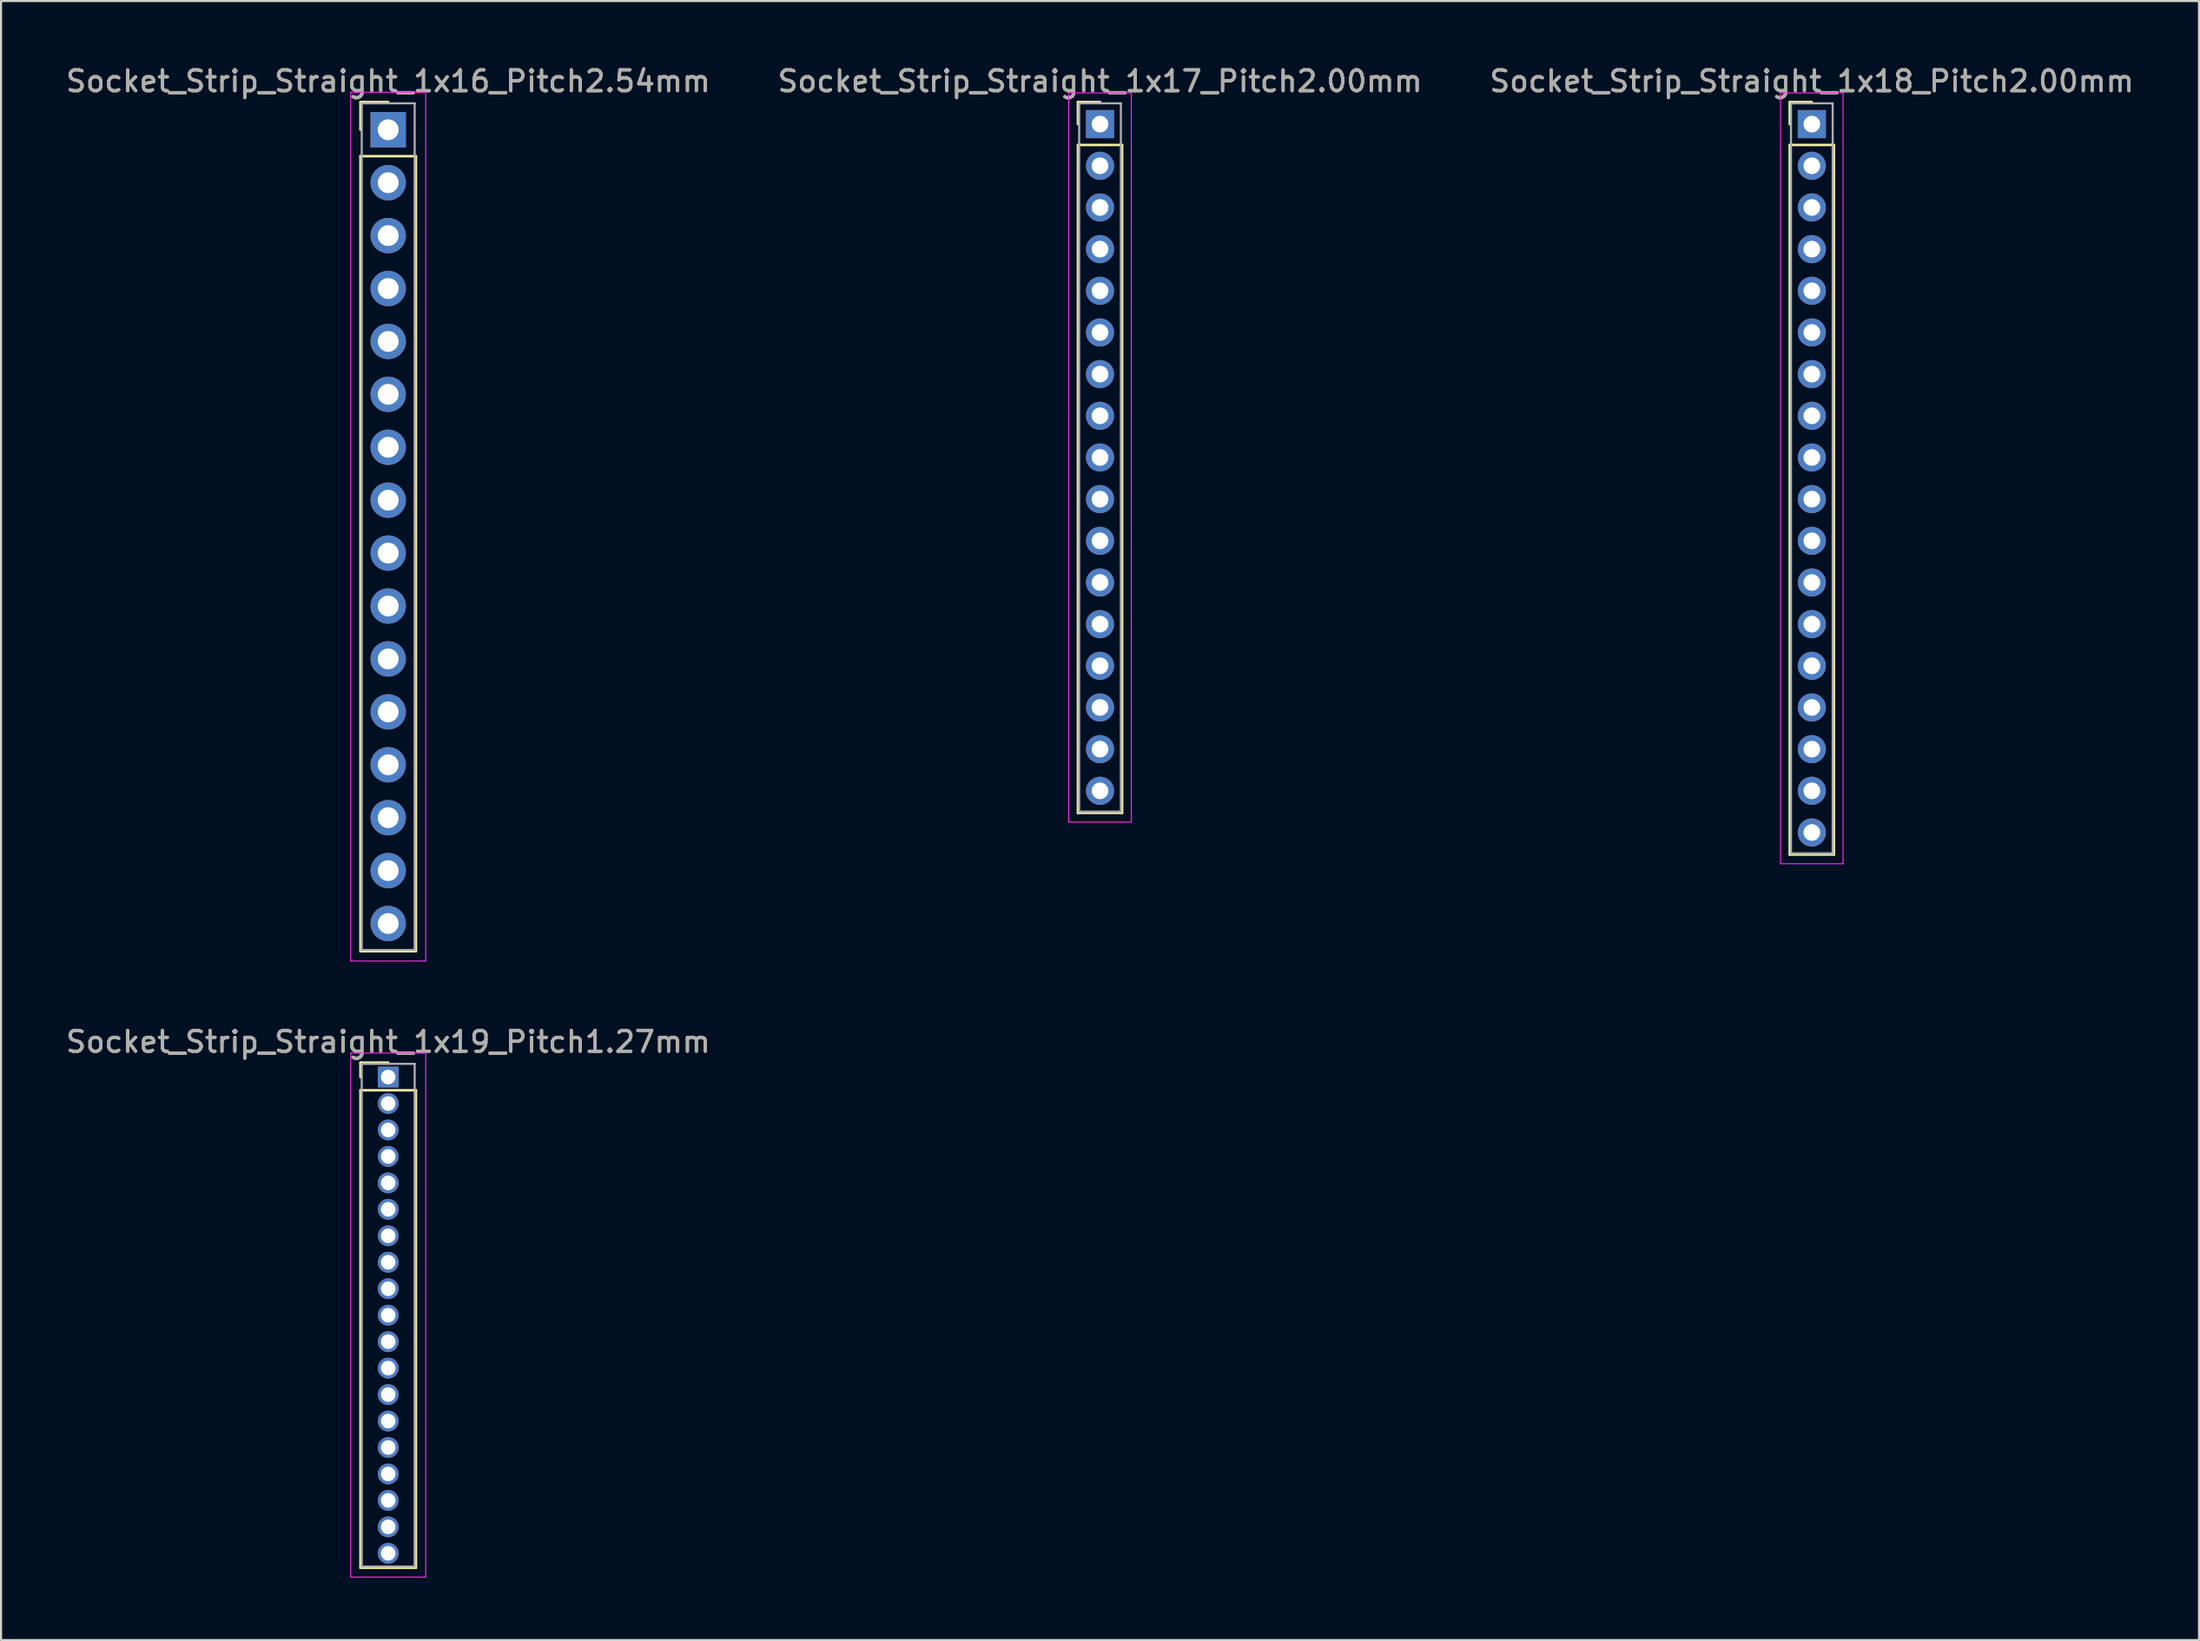
<source format=kicad_pcb>
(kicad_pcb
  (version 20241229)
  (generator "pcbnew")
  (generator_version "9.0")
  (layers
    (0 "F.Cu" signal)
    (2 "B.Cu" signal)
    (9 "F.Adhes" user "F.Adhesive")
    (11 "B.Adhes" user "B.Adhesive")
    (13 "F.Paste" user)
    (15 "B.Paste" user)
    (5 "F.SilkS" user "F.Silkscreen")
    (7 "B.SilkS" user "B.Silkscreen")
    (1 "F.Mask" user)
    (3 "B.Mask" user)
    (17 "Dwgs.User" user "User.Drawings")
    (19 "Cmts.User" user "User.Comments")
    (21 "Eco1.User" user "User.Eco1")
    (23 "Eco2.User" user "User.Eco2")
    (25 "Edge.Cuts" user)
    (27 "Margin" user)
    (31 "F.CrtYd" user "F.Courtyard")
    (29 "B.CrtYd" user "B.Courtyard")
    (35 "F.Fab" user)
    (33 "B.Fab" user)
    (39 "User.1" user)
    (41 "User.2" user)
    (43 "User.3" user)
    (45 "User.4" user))
  (footprint "Socket_Strip_Straight_1x17_Pitch2.00mm"
    (layer "F.Cu")
    (at 49.732 2.908)
    (property "Reference" "Socket_Strip_Straight_1x17_Pitch2.00mm" (at 0 -2.06 0) (layer "F.SilkS") (effects (font (size 1 1) (thickness 0.15))))
    (attr through_hole)
    (fp_line (start -1.06 -1.06) (end 0 -1.06) (stroke (width 0.12) (type solid)) (layer "F.SilkS"))
    (fp_line (start -1.06 0) (end -1.06 -1.06) (stroke (width 0.12) (type solid)) (layer "F.SilkS"))
    (fp_line (start -1.06 1) (end -1.06 33.06) (stroke (width 0.12) (type solid)) (layer "F.SilkS"))
    (fp_line (start -1.06 33.06) (end 1.06 33.06) (stroke (width 0.12) (type solid)) (layer "F.SilkS"))
    (fp_line (start 1.06 1) (end -1.06 1) (stroke (width 0.12) (type solid)) (layer "F.SilkS"))
    (fp_line (start 1.06 33.06) (end 1.06 1) (stroke (width 0.12) (type solid)) (layer "F.SilkS"))
    (fp_line (start -1.5 -1.5) (end -1.5 33.5) (stroke (width 0.05) (type solid)) (layer "F.CrtYd"))
    (fp_line (start -1.5 33.5) (end 1.5 33.5) (stroke (width 0.05) (type solid)) (layer "F.CrtYd"))
    (fp_line (start 1.5 -1.5) (end -1.5 -1.5) (stroke (width 0.05) (type solid)) (layer "F.CrtYd"))
    (fp_line (start 1.5 33.5) (end 1.5 -1.5) (stroke (width 0.05) (type solid)) (layer "F.CrtYd"))
    (fp_line (start -1 -1) (end -1 33) (stroke (width 0.1) (type solid)) (layer "F.Fab"))
    (fp_line (start -1 33) (end 1 33) (stroke (width 0.1) (type solid)) (layer "F.Fab"))
    (fp_line (start 1 -1) (end -1 -1) (stroke (width 0.1) (type solid)) (layer "F.Fab"))
    (fp_line (start 1 33) (end 1 -1) (stroke (width 0.1) (type solid)) (layer "F.Fab"))
    (fp_text user "${REFERENCE}" (at 0 -2.06 0) (layer "F.Fab") (effects (font (size 1 1) (thickness 0.15))))
    (pad "1" thru_hole rect (at 0 0) (size 1.35 1.35) (drill 0.8) (layers "*.Cu" "*.Mask"))
    (pad "2" thru_hole oval (at 0 2) (size 1.35 1.35) (drill 0.8) (layers "*.Cu" "*.Mask"))
    (pad "3" thru_hole oval (at 0 4) (size 1.35 1.35) (drill 0.8) (layers "*.Cu" "*.Mask"))
    (pad "4" thru_hole oval (at 0 6) (size 1.35 1.35) (drill 0.8) (layers "*.Cu" "*.Mask"))
    (pad "5" thru_hole oval (at 0 8) (size 1.35 1.35) (drill 0.8) (layers "*.Cu" "*.Mask"))
    (pad "6" thru_hole oval (at 0 10) (size 1.35 1.35) (drill 0.8) (layers "*.Cu" "*.Mask"))
    (pad "7" thru_hole oval (at 0 12) (size 1.35 1.35) (drill 0.8) (layers "*.Cu" "*.Mask"))
    (pad "8" thru_hole oval (at 0 14) (size 1.35 1.35) (drill 0.8) (layers "*.Cu" "*.Mask"))
    (pad "9" thru_hole oval (at 0 16) (size 1.35 1.35) (drill 0.8) (layers "*.Cu" "*.Mask"))
    (pad "10" thru_hole oval (at 0 18) (size 1.35 1.35) (drill 0.8) (layers "*.Cu" "*.Mask"))
    (pad "11" thru_hole oval (at 0 20) (size 1.35 1.35) (drill 0.8) (layers "*.Cu" "*.Mask"))
    (pad "12" thru_hole oval (at 0 22) (size 1.35 1.35) (drill 0.8) (layers "*.Cu" "*.Mask"))
    (pad "13" thru_hole oval (at 0 24) (size 1.35 1.35) (drill 0.8) (layers "*.Cu" "*.Mask"))
    (pad "14" thru_hole oval (at 0 26) (size 1.35 1.35) (drill 0.8) (layers "*.Cu" "*.Mask"))
    (pad "15" thru_hole oval (at 0 28) (size 1.35 1.35) (drill 0.8) (layers "*.Cu" "*.Mask"))
    (pad "16" thru_hole oval (at 0 30) (size 1.35 1.35) (drill 0.8) (layers "*.Cu" "*.Mask"))
    (pad "17" thru_hole oval (at 0 32) (size 1.35 1.35) (drill 0.8) (layers "*.Cu" "*.Mask")))
  (footprint "Socket_Strip_Straight_1x18_Pitch2.00mm"
    (layer "F.Cu")
    (at 83.887 2.908)
    (property "Reference" "Socket_Strip_Straight_1x18_Pitch2.00mm" (at 0 -2.06 0) (layer "F.SilkS") (effects (font (size 1 1) (thickness 0.15))))
    (attr through_hole)
    (fp_line (start -1.06 -1.06) (end 0 -1.06) (stroke (width 0.12) (type solid)) (layer "F.SilkS"))
    (fp_line (start -1.06 0) (end -1.06 -1.06) (stroke (width 0.12) (type solid)) (layer "F.SilkS"))
    (fp_line (start -1.06 1) (end -1.06 35.06) (stroke (width 0.12) (type solid)) (layer "F.SilkS"))
    (fp_line (start -1.06 35.06) (end 1.06 35.06) (stroke (width 0.12) (type solid)) (layer "F.SilkS"))
    (fp_line (start 1.06 1) (end -1.06 1) (stroke (width 0.12) (type solid)) (layer "F.SilkS"))
    (fp_line (start 1.06 35.06) (end 1.06 1) (stroke (width 0.12) (type solid)) (layer "F.SilkS"))
    (fp_line (start -1.5 -1.5) (end -1.5 35.5) (stroke (width 0.05) (type solid)) (layer "F.CrtYd"))
    (fp_line (start -1.5 35.5) (end 1.5 35.5) (stroke (width 0.05) (type solid)) (layer "F.CrtYd"))
    (fp_line (start 1.5 -1.5) (end -1.5 -1.5) (stroke (width 0.05) (type solid)) (layer "F.CrtYd"))
    (fp_line (start 1.5 35.5) (end 1.5 -1.5) (stroke (width 0.05) (type solid)) (layer "F.CrtYd"))
    (fp_line (start -1 -1) (end -1 35) (stroke (width 0.1) (type solid)) (layer "F.Fab"))
    (fp_line (start -1 35) (end 1 35) (stroke (width 0.1) (type solid)) (layer "F.Fab"))
    (fp_line (start 1 -1) (end -1 -1) (stroke (width 0.1) (type solid)) (layer "F.Fab"))
    (fp_line (start 1 35) (end 1 -1) (stroke (width 0.1) (type solid)) (layer "F.Fab"))
    (fp_text user "${REFERENCE}" (at 0 -2.06 0) (layer "F.Fab") (effects (font (size 1 1) (thickness 0.15))))
    (pad "1" thru_hole rect (at 0 0) (size 1.35 1.35) (drill 0.8) (layers "*.Cu" "*.Mask"))
    (pad "2" thru_hole oval (at 0 2) (size 1.35 1.35) (drill 0.8) (layers "*.Cu" "*.Mask"))
    (pad "3" thru_hole oval (at 0 4) (size 1.35 1.35) (drill 0.8) (layers "*.Cu" "*.Mask"))
    (pad "4" thru_hole oval (at 0 6) (size 1.35 1.35) (drill 0.8) (layers "*.Cu" "*.Mask"))
    (pad "5" thru_hole oval (at 0 8) (size 1.35 1.35) (drill 0.8) (layers "*.Cu" "*.Mask"))
    (pad "6" thru_hole oval (at 0 10) (size 1.35 1.35) (drill 0.8) (layers "*.Cu" "*.Mask"))
    (pad "7" thru_hole oval (at 0 12) (size 1.35 1.35) (drill 0.8) (layers "*.Cu" "*.Mask"))
    (pad "8" thru_hole oval (at 0 14) (size 1.35 1.35) (drill 0.8) (layers "*.Cu" "*.Mask"))
    (pad "9" thru_hole oval (at 0 16) (size 1.35 1.35) (drill 0.8) (layers "*.Cu" "*.Mask"))
    (pad "10" thru_hole oval (at 0 18) (size 1.35 1.35) (drill 0.8) (layers "*.Cu" "*.Mask"))
    (pad "11" thru_hole oval (at 0 20) (size 1.35 1.35) (drill 0.8) (layers "*.Cu" "*.Mask"))
    (pad "12" thru_hole oval (at 0 22) (size 1.35 1.35) (drill 0.8) (layers "*.Cu" "*.Mask"))
    (pad "13" thru_hole oval (at 0 24) (size 1.35 1.35) (drill 0.8) (layers "*.Cu" "*.Mask"))
    (pad "14" thru_hole oval (at 0 26) (size 1.35 1.35) (drill 0.8) (layers "*.Cu" "*.Mask"))
    (pad "15" thru_hole oval (at 0 28) (size 1.35 1.35) (drill 0.8) (layers "*.Cu" "*.Mask"))
    (pad "16" thru_hole oval (at 0 30) (size 1.35 1.35) (drill 0.8) (layers "*.Cu" "*.Mask"))
    (pad "17" thru_hole oval (at 0 32) (size 1.35 1.35) (drill 0.8) (layers "*.Cu" "*.Mask"))
    (pad "18" thru_hole oval (at 0 34) (size 1.35 1.35) (drill 0.8) (layers "*.Cu" "*.Mask")))
  (footprint "Socket_Strip_Straight_1x16_Pitch2.54mm"
    (layer "F.Cu")
    (at 15.577 3.178)
    (property "Reference" "Socket_Strip_Straight_1x16_Pitch2.54mm" (at 0 -2.33 0) (layer "F.SilkS") (effects (font (size 1 1) (thickness 0.15))))
    (attr through_hole)
    (fp_line (start -1.33 -1.33) (end 0 -1.33) (stroke (width 0.12) (type solid)) (layer "F.SilkS"))
    (fp_line (start -1.33 0) (end -1.33 -1.33) (stroke (width 0.12) (type solid)) (layer "F.SilkS"))
    (fp_line (start -1.33 1.27) (end -1.33 39.43) (stroke (width 0.12) (type solid)) (layer "F.SilkS"))
    (fp_line (start -1.33 39.43) (end 1.33 39.43) (stroke (width 0.12) (type solid)) (layer "F.SilkS"))
    (fp_line (start 1.33 1.27) (end -1.33 1.27) (stroke (width 0.12) (type solid)) (layer "F.SilkS"))
    (fp_line (start 1.33 39.43) (end 1.33 1.27) (stroke (width 0.12) (type solid)) (layer "F.SilkS"))
    (fp_line (start -1.8 -1.8) (end -1.8 39.9) (stroke (width 0.05) (type solid)) (layer "F.CrtYd"))
    (fp_line (start -1.8 39.9) (end 1.8 39.9) (stroke (width 0.05) (type solid)) (layer "F.CrtYd"))
    (fp_line (start 1.8 -1.8) (end -1.8 -1.8) (stroke (width 0.05) (type solid)) (layer "F.CrtYd"))
    (fp_line (start 1.8 39.9) (end 1.8 -1.8) (stroke (width 0.05) (type solid)) (layer "F.CrtYd"))
    (fp_line (start -1.27 -1.27) (end -1.27 39.37) (stroke (width 0.1) (type solid)) (layer "F.Fab"))
    (fp_line (start -1.27 39.37) (end 1.27 39.37) (stroke (width 0.1) (type solid)) (layer "F.Fab"))
    (fp_line (start 1.27 -1.27) (end -1.27 -1.27) (stroke (width 0.1) (type solid)) (layer "F.Fab"))
    (fp_line (start 1.27 39.37) (end 1.27 -1.27) (stroke (width 0.1) (type solid)) (layer "F.Fab"))
    (fp_text user "${REFERENCE}" (at 0 -2.33 0) (layer "F.Fab") (effects (font (size 1 1) (thickness 0.15))))
    (pad "1" thru_hole rect (at 0 0) (size 1.7 1.7) (drill 1) (layers "*.Cu" "*.Mask"))
    (pad "2" thru_hole oval (at 0 2.54) (size 1.7 1.7) (drill 1) (layers "*.Cu" "*.Mask"))
    (pad "3" thru_hole oval (at 0 5.08) (size 1.7 1.7) (drill 1) (layers "*.Cu" "*.Mask"))
    (pad "4" thru_hole oval (at 0 7.62) (size 1.7 1.7) (drill 1) (layers "*.Cu" "*.Mask"))
    (pad "5" thru_hole oval (at 0 10.16) (size 1.7 1.7) (drill 1) (layers "*.Cu" "*.Mask"))
    (pad "6" thru_hole oval (at 0 12.7) (size 1.7 1.7) (drill 1) (layers "*.Cu" "*.Mask"))
    (pad "7" thru_hole oval (at 0 15.24) (size 1.7 1.7) (drill 1) (layers "*.Cu" "*.Mask"))
    (pad "8" thru_hole oval (at 0 17.78) (size 1.7 1.7) (drill 1) (layers "*.Cu" "*.Mask"))
    (pad "9" thru_hole oval (at 0 20.32) (size 1.7 1.7) (drill 1) (layers "*.Cu" "*.Mask"))
    (pad "10" thru_hole oval (at 0 22.86) (size 1.7 1.7) (drill 1) (layers "*.Cu" "*.Mask"))
    (pad "11" thru_hole oval (at 0 25.4) (size 1.7 1.7) (drill 1) (layers "*.Cu" "*.Mask"))
    (pad "12" thru_hole oval (at 0 27.94) (size 1.7 1.7) (drill 1) (layers "*.Cu" "*.Mask"))
    (pad "13" thru_hole oval (at 0 30.48) (size 1.7 1.7) (drill 1) (layers "*.Cu" "*.Mask"))
    (pad "14" thru_hole oval (at 0 33.02) (size 1.7 1.7) (drill 1) (layers "*.Cu" "*.Mask"))
    (pad "15" thru_hole oval (at 0 35.56) (size 1.7 1.7) (drill 1) (layers "*.Cu" "*.Mask"))
    (pad "16" thru_hole oval (at 0 38.1) (size 1.7 1.7) (drill 1) (layers "*.Cu" "*.Mask")))
  (footprint "Socket_Strip_Straight_1x19_Pitch1.27mm"
    (layer "F.Cu")
    (at 15.577 48.647)
    (property "Reference" "Socket_Strip_Straight_1x19_Pitch1.27mm" (at 0 -1.695 0) (layer "F.SilkS") (effects (font (size 1 1) (thickness 0.15))))
    (attr through_hole)
    (fp_line (start -1.33 -0.695) (end 0 -0.695) (stroke (width 0.12) (type solid)) (layer "F.SilkS"))
    (fp_line (start -1.33 0) (end -1.33 -0.695) (stroke (width 0.12) (type solid)) (layer "F.SilkS"))
    (fp_line (start -1.33 0.635) (end -1.33 23.555) (stroke (width 0.12) (type solid)) (layer "F.SilkS"))
    (fp_line (start -1.33 23.555) (end 1.33 23.555) (stroke (width 0.12) (type solid)) (layer "F.SilkS"))
    (fp_line (start 1.33 0.635) (end -1.33 0.635) (stroke (width 0.12) (type solid)) (layer "F.SilkS"))
    (fp_line (start 1.33 23.555) (end 1.33 0.635) (stroke (width 0.12) (type solid)) (layer "F.SilkS"))
    (fp_line (start -1.8 -1.15) (end -1.8 24) (stroke (width 0.05) (type solid)) (layer "F.CrtYd"))
    (fp_line (start -1.8 24) (end 1.8 24) (stroke (width 0.05) (type solid)) (layer "F.CrtYd"))
    (fp_line (start 1.8 -1.15) (end -1.8 -1.15) (stroke (width 0.05) (type solid)) (layer "F.CrtYd"))
    (fp_line (start 1.8 24) (end 1.8 -1.15) (stroke (width 0.05) (type solid)) (layer "F.CrtYd"))
    (fp_line (start -1.27 -0.635) (end -1.27 23.495) (stroke (width 0.1) (type solid)) (layer "F.Fab"))
    (fp_line (start -1.27 23.495) (end 1.27 23.495) (stroke (width 0.1) (type solid)) (layer "F.Fab"))
    (fp_line (start 1.27 -0.635) (end -1.27 -0.635) (stroke (width 0.1) (type solid)) (layer "F.Fab"))
    (fp_line (start 1.27 23.495) (end 1.27 -0.635) (stroke (width 0.1) (type solid)) (layer "F.Fab"))
    (fp_text user "${REFERENCE}" (at 0 -1.695 0) (layer "F.Fab") (effects (font (size 1 1) (thickness 0.15))))
    (pad "1" thru_hole rect (at 0 0) (size 1 1) (drill 0.7) (layers "*.Cu" "*.Mask"))
    (pad "2" thru_hole oval (at 0 1.27) (size 1 1) (drill 0.7) (layers "*.Cu" "*.Mask"))
    (pad "3" thru_hole oval (at 0 2.54) (size 1 1) (drill 0.7) (layers "*.Cu" "*.Mask"))
    (pad "4" thru_hole oval (at 0 3.81) (size 1 1) (drill 0.7) (layers "*.Cu" "*.Mask"))
    (pad "5" thru_hole oval (at 0 5.08) (size 1 1) (drill 0.7) (layers "*.Cu" "*.Mask"))
    (pad "6" thru_hole oval (at 0 6.35) (size 1 1) (drill 0.7) (layers "*.Cu" "*.Mask"))
    (pad "7" thru_hole oval (at 0 7.62) (size 1 1) (drill 0.7) (layers "*.Cu" "*.Mask"))
    (pad "8" thru_hole oval (at 0 8.89) (size 1 1) (drill 0.7) (layers "*.Cu" "*.Mask"))
    (pad "9" thru_hole oval (at 0 10.16) (size 1 1) (drill 0.7) (layers "*.Cu" "*.Mask"))
    (pad "10" thru_hole oval (at 0 11.43) (size 1 1) (drill 0.7) (layers "*.Cu" "*.Mask"))
    (pad "11" thru_hole oval (at 0 12.7) (size 1 1) (drill 0.7) (layers "*.Cu" "*.Mask"))
    (pad "12" thru_hole oval (at 0 13.97) (size 1 1) (drill 0.7) (layers "*.Cu" "*.Mask"))
    (pad "13" thru_hole oval (at 0 15.24) (size 1 1) (drill 0.7) (layers "*.Cu" "*.Mask"))
    (pad "14" thru_hole oval (at 0 16.51) (size 1 1) (drill 0.7) (layers "*.Cu" "*.Mask"))
    (pad "15" thru_hole oval (at 0 17.78) (size 1 1) (drill 0.7) (layers "*.Cu" "*.Mask"))
    (pad "16" thru_hole oval (at 0 19.05) (size 1 1) (drill 0.7) (layers "*.Cu" "*.Mask"))
    (pad "17" thru_hole oval (at 0 20.32) (size 1 1) (drill 0.7) (layers "*.Cu" "*.Mask"))
    (pad "18" thru_hole oval (at 0 21.59) (size 1 1) (drill 0.7) (layers "*.Cu" "*.Mask"))
    (pad "19" thru_hole oval (at 0 22.86) (size 1 1) (drill 0.7) (layers "*.Cu" "*.Mask")))
  (gr_rect
    (start -3 -3)
    (end 102.464 75.671)
    (stroke (width 0.1) (type default))
    (fill no)
    (layer "Edge.Cuts")))
</source>
